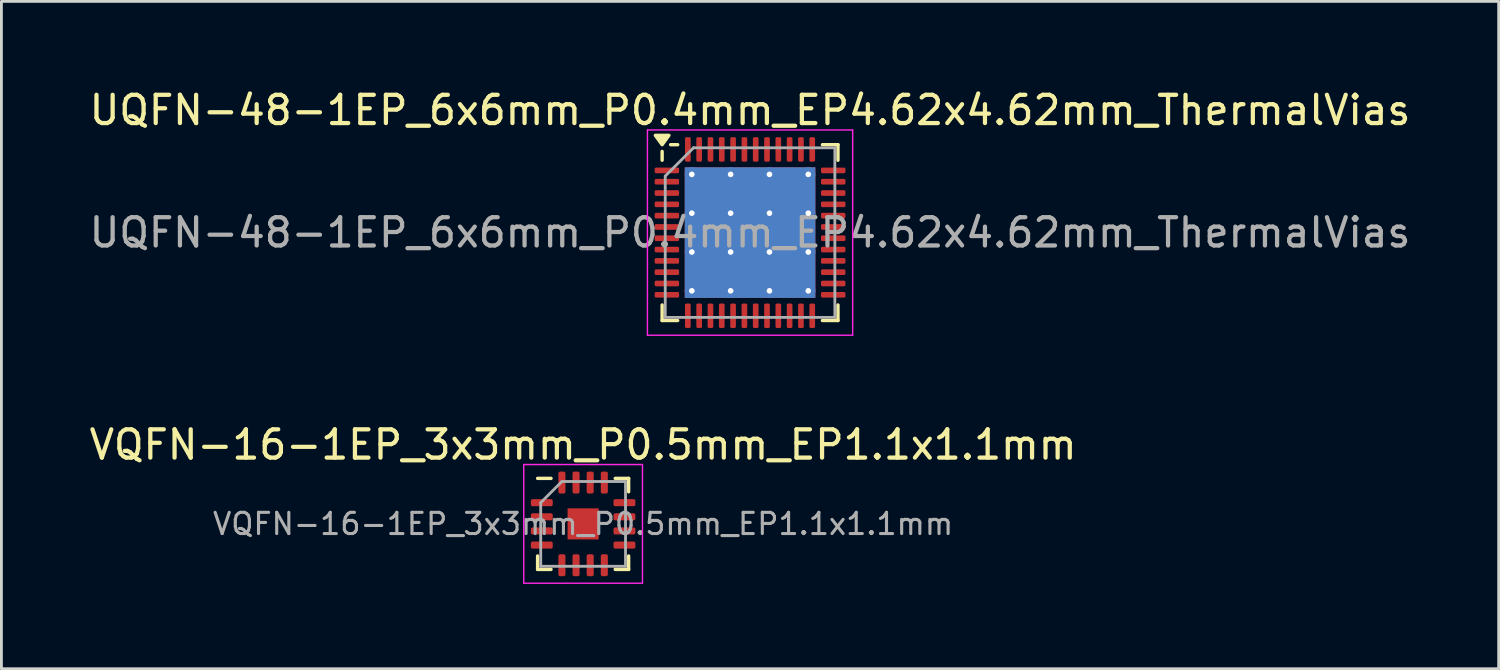
<source format=kicad_pcb>
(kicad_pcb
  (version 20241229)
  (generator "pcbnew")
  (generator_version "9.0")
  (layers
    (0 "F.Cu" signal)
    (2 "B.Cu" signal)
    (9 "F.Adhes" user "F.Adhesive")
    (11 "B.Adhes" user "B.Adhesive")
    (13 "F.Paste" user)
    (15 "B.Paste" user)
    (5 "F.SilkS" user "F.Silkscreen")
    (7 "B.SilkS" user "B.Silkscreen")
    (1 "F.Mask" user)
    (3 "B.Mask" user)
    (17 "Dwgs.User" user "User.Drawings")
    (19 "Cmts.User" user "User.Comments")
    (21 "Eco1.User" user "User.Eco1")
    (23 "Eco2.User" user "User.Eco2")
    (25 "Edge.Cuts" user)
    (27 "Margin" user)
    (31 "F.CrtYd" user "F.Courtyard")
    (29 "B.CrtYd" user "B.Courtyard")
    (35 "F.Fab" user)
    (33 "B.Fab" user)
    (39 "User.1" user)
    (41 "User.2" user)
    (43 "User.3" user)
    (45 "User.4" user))
  (footprint "UQFN-48-1EP_6x6mm_P0.4mm_EP4.62x4.62mm_ThermalVias"
    (layer "F.Cu")
    (at 23.482 5.178)
    (property "Reference" "UQFN-48-1EP_6x6mm_P0.4mm_EP4.62x4.62mm_ThermalVias" (at 0 -4.33 0) (layer "F.SilkS") (effects (font (size 1 1) (thickness 0.15))))
    (attr smd)
    (fp_line (start -3.11 -2.56) (end -3.11 -2.87) (stroke (width 0.12) (type solid)) (layer "F.SilkS"))
    (fp_line (start -3.11 3.11) (end -3.11 2.56) (stroke (width 0.12) (type solid)) (layer "F.SilkS"))
    (fp_line (start -2.56 -3.11) (end -2.81 -3.11) (stroke (width 0.12) (type solid)) (layer "F.SilkS"))
    (fp_line (start -2.56 3.11) (end -3.11 3.11) (stroke (width 0.12) (type solid)) (layer "F.SilkS"))
    (fp_line (start 2.56 -3.11) (end 3.11 -3.11) (stroke (width 0.12) (type solid)) (layer "F.SilkS"))
    (fp_line (start 2.56 3.11) (end 3.11 3.11) (stroke (width 0.12) (type solid)) (layer "F.SilkS"))
    (fp_line (start 3.11 -3.11) (end 3.11 -2.56) (stroke (width 0.12) (type solid)) (layer "F.SilkS"))
    (fp_line (start 3.11 3.11) (end 3.11 2.56) (stroke (width 0.12) (type solid)) (layer "F.SilkS"))
    (fp_poly (pts (xy -3.11 -3.11) (xy -3.35 -3.44) (xy -2.87 -3.44) (xy -3.11 -3.11)) (stroke (width 0.12) (type solid)) (fill yes) (layer "F.SilkS"))
    (fp_line (start -3.63 -3.63) (end -3.63 3.63) (stroke (width 0.05) (type solid)) (layer "F.CrtYd"))
    (fp_line (start -3.63 3.63) (end 3.63 3.63) (stroke (width 0.05) (type solid)) (layer "F.CrtYd"))
    (fp_line (start 3.63 -3.63) (end -3.63 -3.63) (stroke (width 0.05) (type solid)) (layer "F.CrtYd"))
    (fp_line (start 3.63 3.63) (end 3.63 -3.63) (stroke (width 0.05) (type solid)) (layer "F.CrtYd"))
    (fp_line (start -3 -2) (end -2 -3) (stroke (width 0.1) (type solid)) (layer "F.Fab"))
    (fp_line (start -3 3) (end -3 -2) (stroke (width 0.1) (type solid)) (layer "F.Fab"))
    (fp_line (start -2 -3) (end 3 -3) (stroke (width 0.1) (type solid)) (layer "F.Fab"))
    (fp_line (start 3 -3) (end 3 3) (stroke (width 0.1) (type solid)) (layer "F.Fab"))
    (fp_line (start 3 3) (end -3 3) (stroke (width 0.1) (type solid)) (layer "F.Fab"))
    (fp_text user "${REFERENCE}" (at 0 0 0) (layer "F.Fab") (effects (font (size 1 1) (thickness 0.15))))
    (pad "" smd roundrect (at -1.373 -1.373) (size 1.193 1.193) (layers "F.Paste") (roundrect_rratio 0.21))
    (pad "" smd roundrect (at -1.373 0) (size 1.193 1.193) (layers "F.Paste") (roundrect_rratio 0.21))
    (pad "" smd roundrect (at -1.373 1.373) (size 1.193 1.193) (layers "F.Paste") (roundrect_rratio 0.21))
    (pad "" smd roundrect (at 0 -1.373) (size 1.193 1.193) (layers "F.Paste") (roundrect_rratio 0.21))
    (pad "" smd roundrect (at 0 0) (size 1.193 1.193) (layers "F.Paste") (roundrect_rratio 0.21))
    (pad "" smd roundrect (at 0 1.373) (size 1.193 1.193) (layers "F.Paste") (roundrect_rratio 0.21))
    (pad "" smd roundrect (at 1.373 -1.373) (size 1.193 1.193) (layers "F.Paste") (roundrect_rratio 0.21))
    (pad "" smd roundrect (at 1.373 0) (size 1.193 1.193) (layers "F.Paste") (roundrect_rratio 0.21))
    (pad "" smd roundrect (at 1.373 1.373) (size 1.193 1.193) (layers "F.Paste") (roundrect_rratio 0.21))
    (pad "1" smd roundrect (at -2.942 -2.2) (size 0.865 0.2) (layers "F.Cu" "F.Mask" "F.Paste") (roundrect_rratio 0.25))
    (pad "2" smd roundrect (at -2.942 -1.8) (size 0.865 0.2) (layers "F.Cu" "F.Mask" "F.Paste") (roundrect_rratio 0.25))
    (pad "3" smd roundrect (at -2.942 -1.4) (size 0.865 0.2) (layers "F.Cu" "F.Mask" "F.Paste") (roundrect_rratio 0.25))
    (pad "4" smd roundrect (at -2.942 -1) (size 0.865 0.2) (layers "F.Cu" "F.Mask" "F.Paste") (roundrect_rratio 0.25))
    (pad "5" smd roundrect (at -2.942 -0.6) (size 0.865 0.2) (layers "F.Cu" "F.Mask" "F.Paste") (roundrect_rratio 0.25))
    (pad "6" smd roundrect (at -2.942 -0.2) (size 0.865 0.2) (layers "F.Cu" "F.Mask" "F.Paste") (roundrect_rratio 0.25))
    (pad "7" smd roundrect (at -2.942 0.2) (size 0.865 0.2) (layers "F.Cu" "F.Mask" "F.Paste") (roundrect_rratio 0.25))
    (pad "8" smd roundrect (at -2.942 0.6) (size 0.865 0.2) (layers "F.Cu" "F.Mask" "F.Paste") (roundrect_rratio 0.25))
    (pad "9" smd roundrect (at -2.942 1) (size 0.865 0.2) (layers "F.Cu" "F.Mask" "F.Paste") (roundrect_rratio 0.25))
    (pad "10" smd roundrect (at -2.942 1.4) (size 0.865 0.2) (layers "F.Cu" "F.Mask" "F.Paste") (roundrect_rratio 0.25))
    (pad "11" smd roundrect (at -2.942 1.8) (size 0.865 0.2) (layers "F.Cu" "F.Mask" "F.Paste") (roundrect_rratio 0.25))
    (pad "12" smd roundrect (at -2.942 2.2) (size 0.865 0.2) (layers "F.Cu" "F.Mask" "F.Paste") (roundrect_rratio 0.25))
    (pad "13" smd roundrect (at -2.2 2.942) (size 0.2 0.865) (layers "F.Cu" "F.Mask" "F.Paste") (roundrect_rratio 0.25))
    (pad "14" smd roundrect (at -1.8 2.942) (size 0.2 0.865) (layers "F.Cu" "F.Mask" "F.Paste") (roundrect_rratio 0.25))
    (pad "15" smd roundrect (at -1.4 2.942) (size 0.2 0.865) (layers "F.Cu" "F.Mask" "F.Paste") (roundrect_rratio 0.25))
    (pad "16" smd roundrect (at -1 2.942) (size 0.2 0.865) (layers "F.Cu" "F.Mask" "F.Paste") (roundrect_rratio 0.25))
    (pad "17" smd roundrect (at -0.6 2.942) (size 0.2 0.865) (layers "F.Cu" "F.Mask" "F.Paste") (roundrect_rratio 0.25))
    (pad "18" smd roundrect (at -0.2 2.942) (size 0.2 0.865) (layers "F.Cu" "F.Mask" "F.Paste") (roundrect_rratio 0.25))
    (pad "19" smd roundrect (at 0.2 2.942) (size 0.2 0.865) (layers "F.Cu" "F.Mask" "F.Paste") (roundrect_rratio 0.25))
    (pad "20" smd roundrect (at 0.6 2.942) (size 0.2 0.865) (layers "F.Cu" "F.Mask" "F.Paste") (roundrect_rratio 0.25))
    (pad "21" smd roundrect (at 1 2.942) (size 0.2 0.865) (layers "F.Cu" "F.Mask" "F.Paste") (roundrect_rratio 0.25))
    (pad "22" smd roundrect (at 1.4 2.942) (size 0.2 0.865) (layers "F.Cu" "F.Mask" "F.Paste") (roundrect_rratio 0.25))
    (pad "23" smd roundrect (at 1.8 2.942) (size 0.2 0.865) (layers "F.Cu" "F.Mask" "F.Paste") (roundrect_rratio 0.25))
    (pad "24" smd roundrect (at 2.2 2.942) (size 0.2 0.865) (layers "F.Cu" "F.Mask" "F.Paste") (roundrect_rratio 0.25))
    (pad "25" smd roundrect (at 2.942 2.2) (size 0.865 0.2) (layers "F.Cu" "F.Mask" "F.Paste") (roundrect_rratio 0.25))
    (pad "26" smd roundrect (at 2.942 1.8) (size 0.865 0.2) (layers "F.Cu" "F.Mask" "F.Paste") (roundrect_rratio 0.25))
    (pad "27" smd roundrect (at 2.942 1.4) (size 0.865 0.2) (layers "F.Cu" "F.Mask" "F.Paste") (roundrect_rratio 0.25))
    (pad "28" smd roundrect (at 2.942 1) (size 0.865 0.2) (layers "F.Cu" "F.Mask" "F.Paste") (roundrect_rratio 0.25))
    (pad "29" smd roundrect (at 2.942 0.6) (size 0.865 0.2) (layers "F.Cu" "F.Mask" "F.Paste") (roundrect_rratio 0.25))
    (pad "30" smd roundrect (at 2.942 0.2) (size 0.865 0.2) (layers "F.Cu" "F.Mask" "F.Paste") (roundrect_rratio 0.25))
    (pad "31" smd roundrect (at 2.942 -0.2) (size 0.865 0.2) (layers "F.Cu" "F.Mask" "F.Paste") (roundrect_rratio 0.25))
    (pad "32" smd roundrect (at 2.942 -0.6) (size 0.865 0.2) (layers "F.Cu" "F.Mask" "F.Paste") (roundrect_rratio 0.25))
    (pad "33" smd roundrect (at 2.942 -1) (size 0.865 0.2) (layers "F.Cu" "F.Mask" "F.Paste") (roundrect_rratio 0.25))
    (pad "34" smd roundrect (at 2.942 -1.4) (size 0.865 0.2) (layers "F.Cu" "F.Mask" "F.Paste") (roundrect_rratio 0.25))
    (pad "35" smd roundrect (at 2.942 -1.8) (size 0.865 0.2) (layers "F.Cu" "F.Mask" "F.Paste") (roundrect_rratio 0.25))
    (pad "36" smd roundrect (at 2.942 -2.2) (size 0.865 0.2) (layers "F.Cu" "F.Mask" "F.Paste") (roundrect_rratio 0.25))
    (pad "37" smd roundrect (at 2.2 -2.942) (size 0.2 0.865) (layers "F.Cu" "F.Mask" "F.Paste") (roundrect_rratio 0.25))
    (pad "38" smd roundrect (at 1.8 -2.942) (size 0.2 0.865) (layers "F.Cu" "F.Mask" "F.Paste") (roundrect_rratio 0.25))
    (pad "39" smd roundrect (at 1.4 -2.942) (size 0.2 0.865) (layers "F.Cu" "F.Mask" "F.Paste") (roundrect_rratio 0.25))
    (pad "40" smd roundrect (at 1 -2.942) (size 0.2 0.865) (layers "F.Cu" "F.Mask" "F.Paste") (roundrect_rratio 0.25))
    (pad "41" smd roundrect (at 0.6 -2.942) (size 0.2 0.865) (layers "F.Cu" "F.Mask" "F.Paste") (roundrect_rratio 0.25))
    (pad "42" smd roundrect (at 0.2 -2.942) (size 0.2 0.865) (layers "F.Cu" "F.Mask" "F.Paste") (roundrect_rratio 0.25))
    (pad "43" smd roundrect (at -0.2 -2.942) (size 0.2 0.865) (layers "F.Cu" "F.Mask" "F.Paste") (roundrect_rratio 0.25))
    (pad "44" smd roundrect (at -0.6 -2.942) (size 0.2 0.865) (layers "F.Cu" "F.Mask" "F.Paste") (roundrect_rratio 0.25))
    (pad "45" smd roundrect (at -1 -2.942) (size 0.2 0.865) (layers "F.Cu" "F.Mask" "F.Paste") (roundrect_rratio 0.25))
    (pad "46" smd roundrect (at -1.4 -2.942) (size 0.2 0.865) (layers "F.Cu" "F.Mask" "F.Paste") (roundrect_rratio 0.25))
    (pad "47" smd roundrect (at -1.8 -2.942) (size 0.2 0.865) (layers "F.Cu" "F.Mask" "F.Paste") (roundrect_rratio 0.25))
    (pad "48" smd roundrect (at -2.2 -2.942) (size 0.2 0.865) (layers "F.Cu" "F.Mask" "F.Paste") (roundrect_rratio 0.25))
    (pad "49" thru_hole circle (at -2.06 -2.06) (size 0.5 0.5) (drill 0.2) (property pad_prop_heatsink) (layers "*.Cu"))
    (pad "49" thru_hole circle (at -2.06 -0.687) (size 0.5 0.5) (drill 0.2) (property pad_prop_heatsink) (layers "*.Cu"))
    (pad "49" thru_hole circle (at -2.06 0.687) (size 0.5 0.5) (drill 0.2) (property pad_prop_heatsink) (layers "*.Cu"))
    (pad "49" thru_hole circle (at -2.06 2.06) (size 0.5 0.5) (drill 0.2) (property pad_prop_heatsink) (layers "*.Cu"))
    (pad "49" thru_hole circle (at -0.687 -2.06) (size 0.5 0.5) (drill 0.2) (property pad_prop_heatsink) (layers "*.Cu"))
    (pad "49" thru_hole circle (at -0.687 -0.687) (size 0.5 0.5) (drill 0.2) (property pad_prop_heatsink) (layers "*.Cu"))
    (pad "49" thru_hole circle (at -0.687 0.687) (size 0.5 0.5) (drill 0.2) (property pad_prop_heatsink) (layers "*.Cu"))
    (pad "49" thru_hole circle (at -0.687 2.06) (size 0.5 0.5) (drill 0.2) (property pad_prop_heatsink) (layers "*.Cu"))
    (pad "49" smd rect (at 0 0) (size 4.62 4.62) (property pad_prop_heatsink) (layers "F.Cu" "F.Mask"))
    (pad "49" smd rect (at 0 0) (size 4.62 4.62) (property pad_prop_heatsink) (layers "B.Cu"))
    (pad "49" thru_hole circle (at 0.687 -2.06) (size 0.5 0.5) (drill 0.2) (property pad_prop_heatsink) (layers "*.Cu"))
    (pad "49" thru_hole circle (at 0.687 -0.687) (size 0.5 0.5) (drill 0.2) (property pad_prop_heatsink) (layers "*.Cu"))
    (pad "49" thru_hole circle (at 0.687 0.687) (size 0.5 0.5) (drill 0.2) (property pad_prop_heatsink) (layers "*.Cu"))
    (pad "49" thru_hole circle (at 0.687 2.06) (size 0.5 0.5) (drill 0.2) (property pad_prop_heatsink) (layers "*.Cu"))
    (pad "49" thru_hole circle (at 2.06 -2.06) (size 0.5 0.5) (drill 0.2) (property pad_prop_heatsink) (layers "*.Cu"))
    (pad "49" thru_hole circle (at 2.06 -0.687) (size 0.5 0.5) (drill 0.2) (property pad_prop_heatsink) (layers "*.Cu"))
    (pad "49" thru_hole circle (at 2.06 0.687) (size 0.5 0.5) (drill 0.2) (property pad_prop_heatsink) (layers "*.Cu"))
    (pad "49" thru_hole circle (at 2.06 2.06) (size 0.5 0.5) (drill 0.2) (property pad_prop_heatsink) (layers "*.Cu")))
  (footprint "VQFN-16-1EP_3x3mm_P0.5mm_EP1.1x1.1mm"
    (layer "F.Cu")
    (at 17.577 15.482)
    (property "Reference" "VQFN-16-1EP_3x3mm_P0.5mm_EP1.1x1.1mm" (at 0 -2.8 0) (layer "F.SilkS") (effects (font (size 1 1) (thickness 0.15))))
    (attr smd)
    (fp_line (start -1.61 1.61) (end -1.61 1.135) (stroke (width 0.12) (type solid)) (layer "F.SilkS"))
    (fp_line (start -1.135 -1.61) (end -1.61 -1.61) (stroke (width 0.12) (type solid)) (layer "F.SilkS"))
    (fp_line (start -1.135 1.61) (end -1.61 1.61) (stroke (width 0.12) (type solid)) (layer "F.SilkS"))
    (fp_line (start 1.135 -1.61) (end 1.61 -1.61) (stroke (width 0.12) (type solid)) (layer "F.SilkS"))
    (fp_line (start 1.135 1.61) (end 1.61 1.61) (stroke (width 0.12) (type solid)) (layer "F.SilkS"))
    (fp_line (start 1.61 -1.61) (end 1.61 -1.135) (stroke (width 0.12) (type solid)) (layer "F.SilkS"))
    (fp_line (start 1.61 1.61) (end 1.61 1.135) (stroke (width 0.12) (type solid)) (layer "F.SilkS"))
    (fp_line (start -2.1 -2.1) (end -2.1 2.1) (stroke (width 0.05) (type solid)) (layer "F.CrtYd"))
    (fp_line (start -2.1 2.1) (end 2.1 2.1) (stroke (width 0.05) (type solid)) (layer "F.CrtYd"))
    (fp_line (start 2.1 -2.1) (end -2.1 -2.1) (stroke (width 0.05) (type solid)) (layer "F.CrtYd"))
    (fp_line (start 2.1 2.1) (end 2.1 -2.1) (stroke (width 0.05) (type solid)) (layer "F.CrtYd"))
    (fp_line (start -1.5 -0.75) (end -0.75 -1.5) (stroke (width 0.1) (type solid)) (layer "F.Fab"))
    (fp_line (start -1.5 1.5) (end -1.5 -0.75) (stroke (width 0.1) (type solid)) (layer "F.Fab"))
    (fp_line (start -0.75 -1.5) (end 1.5 -1.5) (stroke (width 0.1) (type solid)) (layer "F.Fab"))
    (fp_line (start 1.5 -1.5) (end 1.5 1.5) (stroke (width 0.1) (type solid)) (layer "F.Fab"))
    (fp_line (start 1.5 1.5) (end -1.5 1.5) (stroke (width 0.1) (type solid)) (layer "F.Fab"))
    (fp_text user "${REFERENCE}" (at 0 0 0) (layer "F.Fab") (effects (font (size 0.75 0.75) (thickness 0.11))))
    (pad "" smd roundrect (at 0 0) (size 0.89 0.89) (layers "F.Paste") (roundrect_rratio 0.25))
    (pad "1" smd roundrect (at -1.462 -0.75) (size 0.775 0.25) (layers "F.Cu" "F.Mask" "F.Paste") (roundrect_rratio 0.25))
    (pad "2" smd roundrect (at -1.462 -0.25) (size 0.775 0.25) (layers "F.Cu" "F.Mask" "F.Paste") (roundrect_rratio 0.25))
    (pad "3" smd roundrect (at -1.462 0.25) (size 0.775 0.25) (layers "F.Cu" "F.Mask" "F.Paste") (roundrect_rratio 0.25))
    (pad "4" smd roundrect (at -1.462 0.75) (size 0.775 0.25) (layers "F.Cu" "F.Mask" "F.Paste") (roundrect_rratio 0.25))
    (pad "5" smd roundrect (at -0.75 1.462) (size 0.25 0.775) (layers "F.Cu" "F.Mask" "F.Paste") (roundrect_rratio 0.25))
    (pad "6" smd roundrect (at -0.25 1.462) (size 0.25 0.775) (layers "F.Cu" "F.Mask" "F.Paste") (roundrect_rratio 0.25))
    (pad "7" smd roundrect (at 0.25 1.462) (size 0.25 0.775) (layers "F.Cu" "F.Mask" "F.Paste") (roundrect_rratio 0.25))
    (pad "8" smd roundrect (at 0.75 1.462) (size 0.25 0.775) (layers "F.Cu" "F.Mask" "F.Paste") (roundrect_rratio 0.25))
    (pad "9" smd roundrect (at 1.462 0.75) (size 0.775 0.25) (layers "F.Cu" "F.Mask" "F.Paste") (roundrect_rratio 0.25))
    (pad "10" smd roundrect (at 1.462 0.25) (size 0.775 0.25) (layers "F.Cu" "F.Mask" "F.Paste") (roundrect_rratio 0.25))
    (pad "11" smd roundrect (at 1.462 -0.25) (size 0.775 0.25) (layers "F.Cu" "F.Mask" "F.Paste") (roundrect_rratio 0.25))
    (pad "12" smd roundrect (at 1.462 -0.75) (size 0.775 0.25) (layers "F.Cu" "F.Mask" "F.Paste") (roundrect_rratio 0.25))
    (pad "13" smd roundrect (at 0.75 -1.462) (size 0.25 0.775) (layers "F.Cu" "F.Mask" "F.Paste") (roundrect_rratio 0.25))
    (pad "14" smd roundrect (at 0.25 -1.462) (size 0.25 0.775) (layers "F.Cu" "F.Mask" "F.Paste") (roundrect_rratio 0.25))
    (pad "15" smd roundrect (at -0.25 -1.462) (size 0.25 0.775) (layers "F.Cu" "F.Mask" "F.Paste") (roundrect_rratio 0.25))
    (pad "16" smd roundrect (at -0.75 -1.462) (size 0.25 0.775) (layers "F.Cu" "F.Mask" "F.Paste") (roundrect_rratio 0.25))
    (pad "17" smd rect (at 0 0) (size 1.1 1.1) (layers "F.Cu" "F.Mask")))
  (gr_rect
    (start -3 -3)
    (end 49.964 20.607)
    (stroke (width 0.1) (type default))
    (fill no)
    (layer "Edge.Cuts")))
</source>
